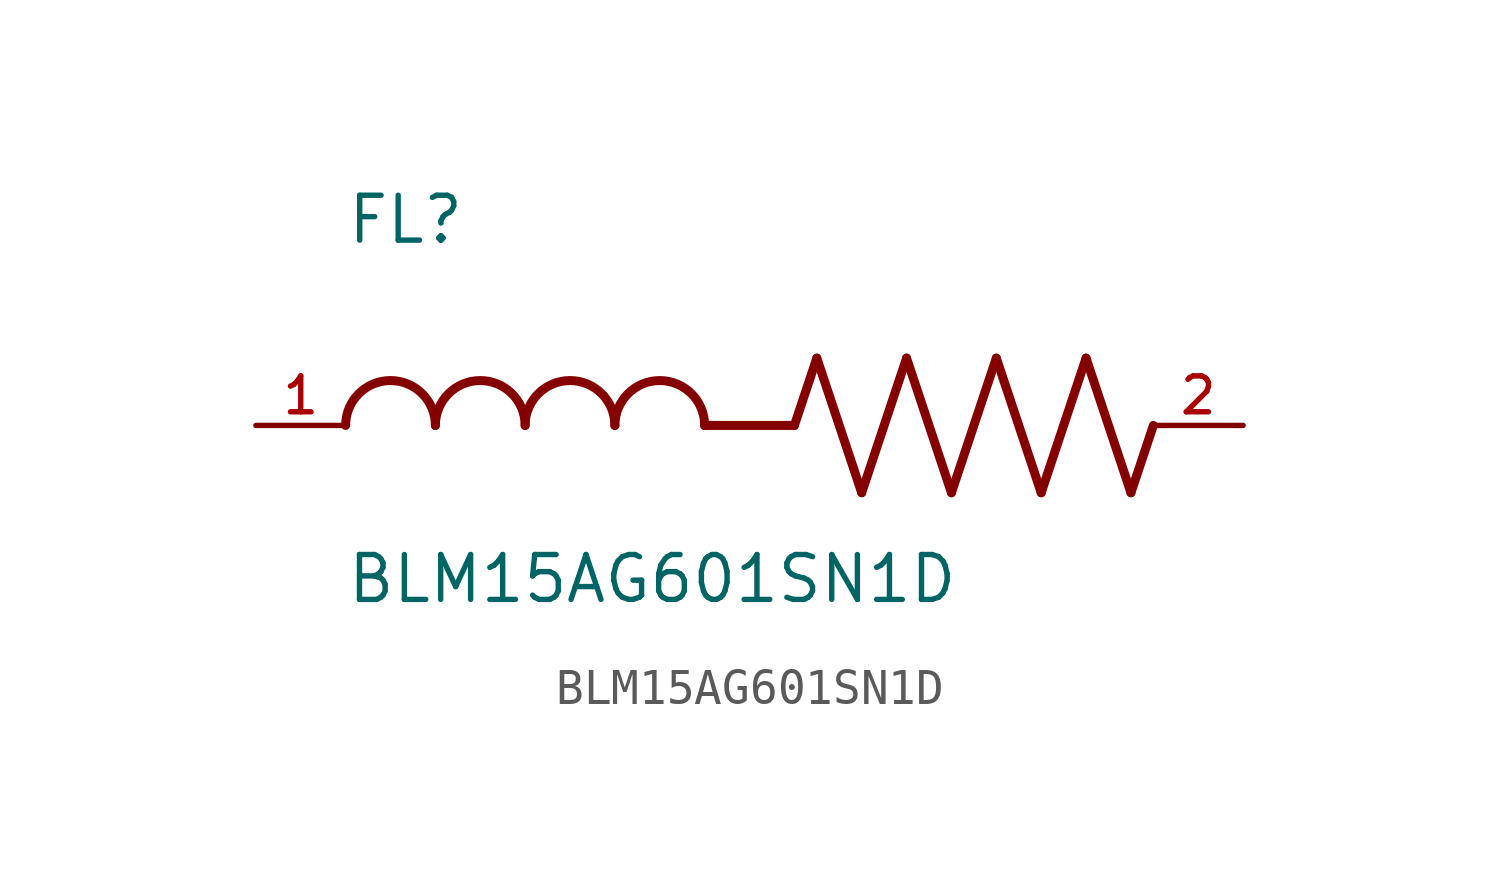
<source format=kicad_sym>
(kicad_symbol_lib
  (version 20211014)
  (generator kicad_symbol_editor)
  (symbol "BLM15AG601SN1D"
    (pin_names
      (offset 1.016))
    (property "Reference" "FL"
      (at -12.704 5.081 0)
      (effects (font (size 1.27 1.27)) (justify bottom left)))
    (property "Value" "BLM15AG601SN1D"
      (at -12.71 -5.087 0)
      (effects (font (size 1.27 1.27)) (justify bottom left)))
    (symbol "BLM15AG601SN1D_0_0"
      (polyline (pts (xy 0.0 0.0) (xy 0.635 1.905)) (stroke (width 0.254)))
      (polyline (pts (xy 0.635 1.905) (xy 1.905 -1.905)) (stroke (width 0.254)))
      (polyline (pts (xy 1.905 -1.905) (xy 3.175 1.905)) (stroke (width 0.254)))
      (polyline (pts (xy 3.175 1.905) (xy 4.445 -1.905)) (stroke (width 0.254)))
      (polyline (pts (xy 4.445 -1.905) (xy 5.715 1.905)) (stroke (width 0.254)))
      (polyline (pts (xy 5.715 1.905) (xy 6.985 -1.905)) (stroke (width 0.254)))
      (polyline (pts (xy 6.985 -1.905) (xy 8.255 1.905)) (stroke (width 0.254)))
      (polyline (pts (xy 8.255 1.905) (xy 9.525 -1.905)) (stroke (width 0.254)))
      (polyline (pts (xy 9.525 -1.905) (xy 10.16 0.0)) (stroke (width 0.254)))
      (arc (start -10.16 0.0) (mid -11.43 1.27) (end -12.7 0.0) (stroke (width 0.254) (type default) (color 0 0 0 0)) (fill (type none)))
      (arc (start -7.62 0.0) (mid -8.89 1.27) (end -10.16 0.0) (stroke (width 0.254) (type default) (color 0 0 0 0)) (fill (type none)))
      (arc (start -5.08 0.0) (mid -6.35 1.27) (end -7.62 0.0) (stroke (width 0.254) (type default) (color 0 0 0 0)) (fill (type none)))
      (arc (start -2.54 0.0) (mid -3.81 1.27) (end -5.08 0.0) (stroke (width 0.254) (type default) (color 0 0 0 0)) (fill (type none)))
      (polyline (pts (xy 0.0 0.0) (xy -2.54 0.0)) (stroke (width 0.254)))
      (pin passive line (at 12.7 0.0 180.0) (length 2.54) (name "~" (effects (font (size 1.016 1.016)))) (number "2" (effects (font (size 1.016 1.016)))))
      (pin passive line (at -15.24 0.0 0) (length 2.54) (name "~" (effects (font (size 1.016 1.016)))) (number "1" (effects (font (size 1.016 1.016))))))))
</source>
